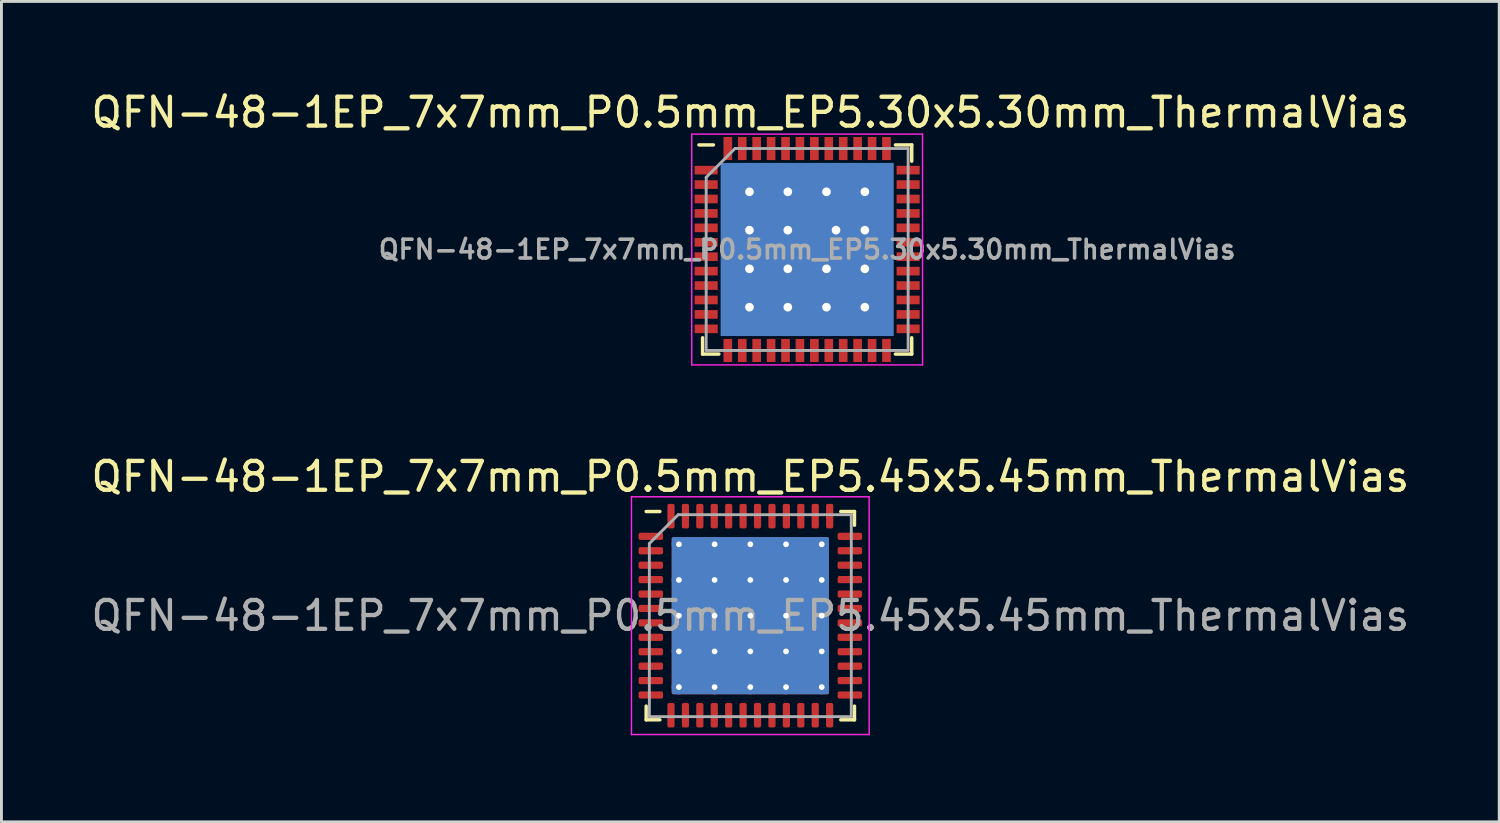
<source format=kicad_pcb>
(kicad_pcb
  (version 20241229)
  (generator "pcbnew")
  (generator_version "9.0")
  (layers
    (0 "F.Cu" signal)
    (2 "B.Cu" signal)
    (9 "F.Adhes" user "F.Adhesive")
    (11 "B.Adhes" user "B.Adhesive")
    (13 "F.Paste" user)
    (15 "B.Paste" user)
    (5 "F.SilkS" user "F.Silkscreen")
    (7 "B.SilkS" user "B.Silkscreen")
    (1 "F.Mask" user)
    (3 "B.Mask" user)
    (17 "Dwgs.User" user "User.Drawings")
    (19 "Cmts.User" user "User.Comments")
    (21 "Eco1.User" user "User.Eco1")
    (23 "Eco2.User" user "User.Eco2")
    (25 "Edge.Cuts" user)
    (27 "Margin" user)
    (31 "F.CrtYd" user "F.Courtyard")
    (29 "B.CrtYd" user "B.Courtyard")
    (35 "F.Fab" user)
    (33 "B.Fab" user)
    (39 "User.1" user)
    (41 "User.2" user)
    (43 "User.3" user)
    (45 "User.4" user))
  (footprint "QFN-48-1EP_7x7mm_P0.5mm_EP5.45x5.45mm_ThermalVias"
    (layer "F.Cu")
    (at 22.958 18.291)
    (property "Reference" "QFN-48-1EP_7x7mm_P0.5mm_EP5.45x5.45mm_ThermalVias" (at 0 -4.82 0) (layer "F.SilkS") (effects (font (size 1 1) (thickness 0.15))))
    (attr smd)
    (fp_line (start -3.61 3.61) (end -3.61 3.135) (stroke (width 0.12) (type solid)) (layer "F.SilkS"))
    (fp_line (start -3.135 -3.61) (end -3.61 -3.61) (stroke (width 0.12) (type solid)) (layer "F.SilkS"))
    (fp_line (start -3.135 3.61) (end -3.61 3.61) (stroke (width 0.12) (type solid)) (layer "F.SilkS"))
    (fp_line (start 3.135 -3.61) (end 3.61 -3.61) (stroke (width 0.12) (type solid)) (layer "F.SilkS"))
    (fp_line (start 3.135 3.61) (end 3.61 3.61) (stroke (width 0.12) (type solid)) (layer "F.SilkS"))
    (fp_line (start 3.61 -3.61) (end 3.61 -3.135) (stroke (width 0.12) (type solid)) (layer "F.SilkS"))
    (fp_line (start 3.61 3.61) (end 3.61 3.135) (stroke (width 0.12) (type solid)) (layer "F.SilkS"))
    (fp_line (start -4.12 -4.12) (end -4.12 4.12) (stroke (width 0.05) (type solid)) (layer "F.CrtYd"))
    (fp_line (start -4.12 4.12) (end 4.12 4.12) (stroke (width 0.05) (type solid)) (layer "F.CrtYd"))
    (fp_line (start 4.12 -4.12) (end -4.12 -4.12) (stroke (width 0.05) (type solid)) (layer "F.CrtYd"))
    (fp_line (start 4.12 4.12) (end 4.12 -4.12) (stroke (width 0.05) (type solid)) (layer "F.CrtYd"))
    (fp_line (start -3.5 -2.5) (end -2.5 -3.5) (stroke (width 0.1) (type solid)) (layer "F.Fab"))
    (fp_line (start -3.5 3.5) (end -3.5 -2.5) (stroke (width 0.1) (type solid)) (layer "F.Fab"))
    (fp_line (start -2.5 -3.5) (end 3.5 -3.5) (stroke (width 0.1) (type solid)) (layer "F.Fab"))
    (fp_line (start 3.5 -3.5) (end 3.5 3.5) (stroke (width 0.1) (type solid)) (layer "F.Fab"))
    (fp_line (start 3.5 3.5) (end -3.5 3.5) (stroke (width 0.1) (type solid)) (layer "F.Fab"))
    (fp_text user "${REFERENCE}" (at 0 0 0) (layer "F.Fab") (effects (font (size 1 1) (thickness 0.15))))
    (pad "" smd roundrect (at -1.856 -1.856) (size 1.098 1.098) (layers "F.Paste") (roundrect_rratio 0.228))
    (pad "" smd roundrect (at -1.856 -0.619) (size 1.098 1.098) (layers "F.Paste") (roundrect_rratio 0.228))
    (pad "" smd roundrect (at -1.856 0.619) (size 1.098 1.098) (layers "F.Paste") (roundrect_rratio 0.228))
    (pad "" smd roundrect (at -1.856 1.856) (size 1.098 1.098) (layers "F.Paste") (roundrect_rratio 0.228))
    (pad "" smd roundrect (at -0.619 -1.856) (size 1.098 1.098) (layers "F.Paste") (roundrect_rratio 0.228))
    (pad "" smd roundrect (at -0.619 -0.619) (size 1.098 1.098) (layers "F.Paste") (roundrect_rratio 0.228))
    (pad "" smd roundrect (at -0.619 0.619) (size 1.098 1.098) (layers "F.Paste") (roundrect_rratio 0.228))
    (pad "" smd roundrect (at -0.619 1.856) (size 1.098 1.098) (layers "F.Paste") (roundrect_rratio 0.228))
    (pad "" smd roundrect (at 0.619 -1.856) (size 1.098 1.098) (layers "F.Paste") (roundrect_rratio 0.228))
    (pad "" smd roundrect (at 0.619 -0.619) (size 1.098 1.098) (layers "F.Paste") (roundrect_rratio 0.228))
    (pad "" smd roundrect (at 0.619 0.619) (size 1.098 1.098) (layers "F.Paste") (roundrect_rratio 0.228))
    (pad "" smd roundrect (at 0.619 1.856) (size 1.098 1.098) (layers "F.Paste") (roundrect_rratio 0.228))
    (pad "" smd roundrect (at 1.856 -1.856) (size 1.098 1.098) (layers "F.Paste") (roundrect_rratio 0.228))
    (pad "" smd roundrect (at 1.856 -0.619) (size 1.098 1.098) (layers "F.Paste") (roundrect_rratio 0.228))
    (pad "" smd roundrect (at 1.856 0.619) (size 1.098 1.098) (layers "F.Paste") (roundrect_rratio 0.228))
    (pad "" smd roundrect (at 1.856 1.856) (size 1.098 1.098) (layers "F.Paste") (roundrect_rratio 0.228))
    (pad "1" smd roundrect (at -3.45 -2.75) (size 0.85 0.25) (layers "F.Cu" "F.Mask" "F.Paste") (roundrect_rratio 0.25))
    (pad "2" smd roundrect (at -3.45 -2.25) (size 0.85 0.25) (layers "F.Cu" "F.Mask" "F.Paste") (roundrect_rratio 0.25))
    (pad "3" smd roundrect (at -3.45 -1.75) (size 0.85 0.25) (layers "F.Cu" "F.Mask" "F.Paste") (roundrect_rratio 0.25))
    (pad "4" smd roundrect (at -3.45 -1.25) (size 0.85 0.25) (layers "F.Cu" "F.Mask" "F.Paste") (roundrect_rratio 0.25))
    (pad "5" smd roundrect (at -3.45 -0.75) (size 0.85 0.25) (layers "F.Cu" "F.Mask" "F.Paste") (roundrect_rratio 0.25))
    (pad "6" smd roundrect (at -3.45 -0.25) (size 0.85 0.25) (layers "F.Cu" "F.Mask" "F.Paste") (roundrect_rratio 0.25))
    (pad "7" smd roundrect (at -3.45 0.25) (size 0.85 0.25) (layers "F.Cu" "F.Mask" "F.Paste") (roundrect_rratio 0.25))
    (pad "8" smd roundrect (at -3.45 0.75) (size 0.85 0.25) (layers "F.Cu" "F.Mask" "F.Paste") (roundrect_rratio 0.25))
    (pad "9" smd roundrect (at -3.45 1.25) (size 0.85 0.25) (layers "F.Cu" "F.Mask" "F.Paste") (roundrect_rratio 0.25))
    (pad "10" smd roundrect (at -3.45 1.75) (size 0.85 0.25) (layers "F.Cu" "F.Mask" "F.Paste") (roundrect_rratio 0.25))
    (pad "11" smd roundrect (at -3.45 2.25) (size 0.85 0.25) (layers "F.Cu" "F.Mask" "F.Paste") (roundrect_rratio 0.25))
    (pad "12" smd roundrect (at -3.45 2.75) (size 0.85 0.25) (layers "F.Cu" "F.Mask" "F.Paste") (roundrect_rratio 0.25))
    (pad "13" smd roundrect (at -2.75 3.45) (size 0.25 0.85) (layers "F.Cu" "F.Mask" "F.Paste") (roundrect_rratio 0.25))
    (pad "14" smd roundrect (at -2.25 3.45) (size 0.25 0.85) (layers "F.Cu" "F.Mask" "F.Paste") (roundrect_rratio 0.25))
    (pad "15" smd roundrect (at -1.75 3.45) (size 0.25 0.85) (layers "F.Cu" "F.Mask" "F.Paste") (roundrect_rratio 0.25))
    (pad "16" smd roundrect (at -1.25 3.45) (size 0.25 0.85) (layers "F.Cu" "F.Mask" "F.Paste") (roundrect_rratio 0.25))
    (pad "17" smd roundrect (at -0.75 3.45) (size 0.25 0.85) (layers "F.Cu" "F.Mask" "F.Paste") (roundrect_rratio 0.25))
    (pad "18" smd roundrect (at -0.25 3.45) (size 0.25 0.85) (layers "F.Cu" "F.Mask" "F.Paste") (roundrect_rratio 0.25))
    (pad "19" smd roundrect (at 0.25 3.45) (size 0.25 0.85) (layers "F.Cu" "F.Mask" "F.Paste") (roundrect_rratio 0.25))
    (pad "20" smd roundrect (at 0.75 3.45) (size 0.25 0.85) (layers "F.Cu" "F.Mask" "F.Paste") (roundrect_rratio 0.25))
    (pad "21" smd roundrect (at 1.25 3.45) (size 0.25 0.85) (layers "F.Cu" "F.Mask" "F.Paste") (roundrect_rratio 0.25))
    (pad "22" smd roundrect (at 1.75 3.45) (size 0.25 0.85) (layers "F.Cu" "F.Mask" "F.Paste") (roundrect_rratio 0.25))
    (pad "23" smd roundrect (at 2.25 3.45) (size 0.25 0.85) (layers "F.Cu" "F.Mask" "F.Paste") (roundrect_rratio 0.25))
    (pad "24" smd roundrect (at 2.75 3.45) (size 0.25 0.85) (layers "F.Cu" "F.Mask" "F.Paste") (roundrect_rratio 0.25))
    (pad "25" smd roundrect (at 3.45 2.75) (size 0.85 0.25) (layers "F.Cu" "F.Mask" "F.Paste") (roundrect_rratio 0.25))
    (pad "26" smd roundrect (at 3.45 2.25) (size 0.85 0.25) (layers "F.Cu" "F.Mask" "F.Paste") (roundrect_rratio 0.25))
    (pad "27" smd roundrect (at 3.45 1.75) (size 0.85 0.25) (layers "F.Cu" "F.Mask" "F.Paste") (roundrect_rratio 0.25))
    (pad "28" smd roundrect (at 3.45 1.25) (size 0.85 0.25) (layers "F.Cu" "F.Mask" "F.Paste") (roundrect_rratio 0.25))
    (pad "29" smd roundrect (at 3.45 0.75) (size 0.85 0.25) (layers "F.Cu" "F.Mask" "F.Paste") (roundrect_rratio 0.25))
    (pad "30" smd roundrect (at 3.45 0.25) (size 0.85 0.25) (layers "F.Cu" "F.Mask" "F.Paste") (roundrect_rratio 0.25))
    (pad "31" smd roundrect (at 3.45 -0.25) (size 0.85 0.25) (layers "F.Cu" "F.Mask" "F.Paste") (roundrect_rratio 0.25))
    (pad "32" smd roundrect (at 3.45 -0.75) (size 0.85 0.25) (layers "F.Cu" "F.Mask" "F.Paste") (roundrect_rratio 0.25))
    (pad "33" smd roundrect (at 3.45 -1.25) (size 0.85 0.25) (layers "F.Cu" "F.Mask" "F.Paste") (roundrect_rratio 0.25))
    (pad "34" smd roundrect (at 3.45 -1.75) (size 0.85 0.25) (layers "F.Cu" "F.Mask" "F.Paste") (roundrect_rratio 0.25))
    (pad "35" smd roundrect (at 3.45 -2.25) (size 0.85 0.25) (layers "F.Cu" "F.Mask" "F.Paste") (roundrect_rratio 0.25))
    (pad "36" smd roundrect (at 3.45 -2.75) (size 0.85 0.25) (layers "F.Cu" "F.Mask" "F.Paste") (roundrect_rratio 0.25))
    (pad "37" smd roundrect (at 2.75 -3.45) (size 0.25 0.85) (layers "F.Cu" "F.Mask" "F.Paste") (roundrect_rratio 0.25))
    (pad "38" smd roundrect (at 2.25 -3.45) (size 0.25 0.85) (layers "F.Cu" "F.Mask" "F.Paste") (roundrect_rratio 0.25))
    (pad "39" smd roundrect (at 1.75 -3.45) (size 0.25 0.85) (layers "F.Cu" "F.Mask" "F.Paste") (roundrect_rratio 0.25))
    (pad "40" smd roundrect (at 1.25 -3.45) (size 0.25 0.85) (layers "F.Cu" "F.Mask" "F.Paste") (roundrect_rratio 0.25))
    (pad "41" smd roundrect (at 0.75 -3.45) (size 0.25 0.85) (layers "F.Cu" "F.Mask" "F.Paste") (roundrect_rratio 0.25))
    (pad "42" smd roundrect (at 0.25 -3.45) (size 0.25 0.85) (layers "F.Cu" "F.Mask" "F.Paste") (roundrect_rratio 0.25))
    (pad "43" smd roundrect (at -0.25 -3.45) (size 0.25 0.85) (layers "F.Cu" "F.Mask" "F.Paste") (roundrect_rratio 0.25))
    (pad "44" smd roundrect (at -0.75 -3.45) (size 0.25 0.85) (layers "F.Cu" "F.Mask" "F.Paste") (roundrect_rratio 0.25))
    (pad "45" smd roundrect (at -1.25 -3.45) (size 0.25 0.85) (layers "F.Cu" "F.Mask" "F.Paste") (roundrect_rratio 0.25))
    (pad "46" smd roundrect (at -1.75 -3.45) (size 0.25 0.85) (layers "F.Cu" "F.Mask" "F.Paste") (roundrect_rratio 0.25))
    (pad "47" smd roundrect (at -2.25 -3.45) (size 0.25 0.85) (layers "F.Cu" "F.Mask" "F.Paste") (roundrect_rratio 0.25))
    (pad "48" smd roundrect (at -2.75 -3.45) (size 0.25 0.85) (layers "F.Cu" "F.Mask" "F.Paste") (roundrect_rratio 0.25))
    (pad "49" thru_hole circle (at -2.475 -2.475) (size 0.5 0.5) (drill 0.2) (layers "*.Cu"))
    (pad "49" thru_hole circle (at -2.475 -1.238) (size 0.5 0.5) (drill 0.2) (layers "*.Cu"))
    (pad "49" thru_hole circle (at -2.475 0) (size 0.5 0.5) (drill 0.2) (layers "*.Cu"))
    (pad "49" thru_hole circle (at -2.475 1.238) (size 0.5 0.5) (drill 0.2) (layers "*.Cu"))
    (pad "49" thru_hole circle (at -2.475 2.475) (size 0.5 0.5) (drill 0.2) (layers "*.Cu"))
    (pad "49" thru_hole circle (at -1.238 -2.475) (size 0.5 0.5) (drill 0.2) (layers "*.Cu"))
    (pad "49" thru_hole circle (at -1.238 -1.238) (size 0.5 0.5) (drill 0.2) (layers "*.Cu"))
    (pad "49" thru_hole circle (at -1.238 0) (size 0.5 0.5) (drill 0.2) (layers "*.Cu"))
    (pad "49" thru_hole circle (at -1.238 1.238) (size 0.5 0.5) (drill 0.2) (layers "*.Cu"))
    (pad "49" thru_hole circle (at -1.238 2.475) (size 0.5 0.5) (drill 0.2) (layers "*.Cu"))
    (pad "49" thru_hole circle (at 0 -2.475) (size 0.5 0.5) (drill 0.2) (layers "*.Cu"))
    (pad "49" thru_hole circle (at 0 -1.238) (size 0.5 0.5) (drill 0.2) (layers "*.Cu"))
    (pad "49" thru_hole circle (at 0 0) (size 0.5 0.5) (drill 0.2) (layers "*.Cu"))
    (pad "49" smd roundrect (at 0 0) (size 5.45 5.45) (layers "F.Cu" "F.Mask") (roundrect_rratio 0.011))
    (pad "49" smd roundrect (at 0 0) (size 5.45 5.45) (layers "B.Cu") (roundrect_rratio 0.011))
    (pad "49" thru_hole circle (at 0 1.238) (size 0.5 0.5) (drill 0.2) (layers "*.Cu"))
    (pad "49" thru_hole circle (at 0 2.475) (size 0.5 0.5) (drill 0.2) (layers "*.Cu"))
    (pad "49" thru_hole circle (at 1.238 -2.475) (size 0.5 0.5) (drill 0.2) (layers "*.Cu"))
    (pad "49" thru_hole circle (at 1.238 -1.238) (size 0.5 0.5) (drill 0.2) (layers "*.Cu"))
    (pad "49" thru_hole circle (at 1.238 0) (size 0.5 0.5) (drill 0.2) (layers "*.Cu"))
    (pad "49" thru_hole circle (at 1.238 1.238) (size 0.5 0.5) (drill 0.2) (layers "*.Cu"))
    (pad "49" thru_hole circle (at 1.238 2.475) (size 0.5 0.5) (drill 0.2) (layers "*.Cu"))
    (pad "49" thru_hole circle (at 2.475 -2.475) (size 0.5 0.5) (drill 0.2) (layers "*.Cu"))
    (pad "49" thru_hole circle (at 2.475 -1.238) (size 0.5 0.5) (drill 0.2) (layers "*.Cu"))
    (pad "49" thru_hole circle (at 2.475 0) (size 0.5 0.5) (drill 0.2) (layers "*.Cu"))
    (pad "49" thru_hole circle (at 2.475 1.238) (size 0.5 0.5) (drill 0.2) (layers "*.Cu"))
    (pad "49" thru_hole circle (at 2.475 2.475) (size 0.5 0.5) (drill 0.2) (layers "*.Cu")))
  (footprint "QFN-48-1EP_7x7mm_P0.5mm_EP5.30x5.30mm_ThermalVias"
    (layer "F.Cu")
    (at 24.928 5.598)
    (property "Reference" "QFN-48-1EP_7x7mm_P0.5mm_EP5.30x5.30mm_ThermalVias" (at -1.97 -4.75 0) (layer "F.SilkS") (effects (font (size 1 1) (thickness 0.15))))
    (attr smd)
    (fp_line (start -3.75 -3.625) (end -3.25 -3.625) (stroke (width 0.12) (type solid)) (layer "F.SilkS"))
    (fp_line (start -3.625 3.625) (end -3.625 3.06) (stroke (width 0.12) (type solid)) (layer "F.SilkS"))
    (fp_line (start -3.06 3.625) (end -3.625 3.625) (stroke (width 0.12) (type solid)) (layer "F.SilkS"))
    (fp_line (start 3.06 -3.625) (end 3.625 -3.625) (stroke (width 0.12) (type solid)) (layer "F.SilkS"))
    (fp_line (start 3.06 3.625) (end 3.625 3.625) (stroke (width 0.12) (type solid)) (layer "F.SilkS"))
    (fp_line (start 3.625 -3.625) (end 3.625 -3.06) (stroke (width 0.12) (type solid)) (layer "F.SilkS"))
    (fp_line (start 3.625 3.625) (end 3.625 3.06) (stroke (width 0.12) (type solid)) (layer "F.SilkS"))
    (fp_line (start -4 -4) (end -4 4) (stroke (width 0.05) (type solid)) (layer "F.CrtYd"))
    (fp_line (start -4 4) (end 4 4) (stroke (width 0.05) (type solid)) (layer "F.CrtYd"))
    (fp_line (start 4 -4) (end -4 -4) (stroke (width 0.05) (type solid)) (layer "F.CrtYd"))
    (fp_line (start 4 4) (end 4 -4) (stroke (width 0.05) (type solid)) (layer "F.CrtYd"))
    (fp_line (start -3.5 -2.5) (end -2.5 -3.5) (stroke (width 0.1) (type solid)) (layer "F.Fab"))
    (fp_line (start -3.5 3.5) (end -3.5 -2.5) (stroke (width 0.1) (type solid)) (layer "F.Fab"))
    (fp_line (start -2.5 -3.5) (end 3.5 -3.5) (stroke (width 0.1) (type solid)) (layer "F.Fab"))
    (fp_line (start 3.5 -3.5) (end 3.5 3.5) (stroke (width 0.1) (type solid)) (layer "F.Fab"))
    (fp_line (start 3.5 3.5) (end -3.5 3.5) (stroke (width 0.1) (type solid)) (layer "F.Fab"))
    (fp_text user "${REFERENCE}" (at 0 0 0) (layer "F.Fab") (effects (font (size 0.65 0.65) (thickness 0.125))))
    (pad "" smd rect (at -1.75 -1.75) (size 1.25 1.25) (layers "F.Paste"))
    (pad "" smd rect (at -1.75 0) (size 1.25 1.25) (layers "F.Paste"))
    (pad "" smd rect (at -1.75 1.75) (size 1.25 1.25) (layers "F.Paste"))
    (pad "" smd rect (at 0 -1.75) (size 1.25 1.25) (layers "F.Paste"))
    (pad "" smd rect (at 0 0) (size 1.25 1.25) (layers "F.Paste"))
    (pad "" smd rect (at 0 1.75) (size 1.25 1.25) (layers "F.Paste"))
    (pad "" smd rect (at 1.75 -1.75) (size 1.25 1.25) (layers "F.Paste"))
    (pad "" smd rect (at 1.75 0) (size 1.25 1.25) (layers "F.Paste"))
    (pad "" smd rect (at 1.75 1.75) (size 1.25 1.25) (layers "F.Paste"))
    (pad "1" smd rect (at -3.5 -2.75) (size 0.8 0.3) (layers "F.Cu" "F.Mask" "F.Paste"))
    (pad "2" smd rect (at -3.5 -2.25) (size 0.8 0.3) (layers "F.Cu" "F.Mask" "F.Paste"))
    (pad "3" smd rect (at -3.5 -1.75) (size 0.8 0.3) (layers "F.Cu" "F.Mask" "F.Paste"))
    (pad "4" smd rect (at -3.5 -1.25) (size 0.8 0.3) (layers "F.Cu" "F.Mask" "F.Paste"))
    (pad "5" smd rect (at -3.5 -0.75) (size 0.8 0.3) (layers "F.Cu" "F.Mask" "F.Paste"))
    (pad "6" smd rect (at -3.5 -0.25) (size 0.8 0.3) (layers "F.Cu" "F.Mask" "F.Paste"))
    (pad "7" smd rect (at -3.5 0.25) (size 0.8 0.3) (layers "F.Cu" "F.Mask" "F.Paste"))
    (pad "8" smd rect (at -3.5 0.75) (size 0.8 0.3) (layers "F.Cu" "F.Mask" "F.Paste"))
    (pad "9" smd rect (at -3.5 1.25) (size 0.8 0.3) (layers "F.Cu" "F.Mask" "F.Paste"))
    (pad "10" smd rect (at -3.5 1.75) (size 0.8 0.3) (layers "F.Cu" "F.Mask" "F.Paste"))
    (pad "11" smd rect (at -3.5 2.25) (size 0.8 0.3) (layers "F.Cu" "F.Mask" "F.Paste"))
    (pad "12" smd rect (at -3.5 2.75) (size 0.8 0.3) (layers "F.Cu" "F.Mask" "F.Paste"))
    (pad "13" smd rect (at -2.75 3.5 90) (size 0.8 0.3) (layers "F.Cu" "F.Mask" "F.Paste"))
    (pad "14" smd rect (at -2.25 3.5 90) (size 0.8 0.3) (layers "F.Cu" "F.Mask" "F.Paste"))
    (pad "15" smd rect (at -1.75 3.5 90) (size 0.8 0.3) (layers "F.Cu" "F.Mask" "F.Paste"))
    (pad "16" smd rect (at -1.25 3.5 90) (size 0.8 0.3) (layers "F.Cu" "F.Mask" "F.Paste"))
    (pad "17" smd rect (at -0.75 3.5 90) (size 0.8 0.3) (layers "F.Cu" "F.Mask" "F.Paste"))
    (pad "18" smd rect (at -0.25 3.5 90) (size 0.8 0.3) (layers "F.Cu" "F.Mask" "F.Paste"))
    (pad "19" smd rect (at 0.25 3.5 90) (size 0.8 0.3) (layers "F.Cu" "F.Mask" "F.Paste"))
    (pad "20" smd rect (at 0.75 3.5 90) (size 0.8 0.3) (layers "F.Cu" "F.Mask" "F.Paste"))
    (pad "21" smd rect (at 1.25 3.5 90) (size 0.8 0.3) (layers "F.Cu" "F.Mask" "F.Paste"))
    (pad "22" smd rect (at 1.75 3.5 90) (size 0.8 0.3) (layers "F.Cu" "F.Mask" "F.Paste"))
    (pad "23" smd rect (at 2.25 3.5 90) (size 0.8 0.3) (layers "F.Cu" "F.Mask" "F.Paste"))
    (pad "24" smd rect (at 2.75 3.5 90) (size 0.8 0.3) (layers "F.Cu" "F.Mask" "F.Paste"))
    (pad "25" smd rect (at 3.5 2.75) (size 0.8 0.3) (layers "F.Cu" "F.Mask" "F.Paste"))
    (pad "26" smd rect (at 3.5 2.25) (size 0.8 0.3) (layers "F.Cu" "F.Mask" "F.Paste"))
    (pad "27" smd rect (at 3.5 1.75) (size 0.8 0.3) (layers "F.Cu" "F.Mask" "F.Paste"))
    (pad "28" smd rect (at 3.5 1.25) (size 0.8 0.3) (layers "F.Cu" "F.Mask" "F.Paste"))
    (pad "29" smd rect (at 3.5 0.75) (size 0.8 0.3) (layers "F.Cu" "F.Mask" "F.Paste"))
    (pad "30" smd rect (at 3.5 0.25) (size 0.8 0.3) (layers "F.Cu" "F.Mask" "F.Paste"))
    (pad "31" smd rect (at 3.5 -0.25) (size 0.8 0.3) (layers "F.Cu" "F.Mask" "F.Paste"))
    (pad "32" smd rect (at 3.5 -0.75) (size 0.8 0.3) (layers "F.Cu" "F.Mask" "F.Paste"))
    (pad "33" smd rect (at 3.5 -1.25) (size 0.8 0.3) (layers "F.Cu" "F.Mask" "F.Paste"))
    (pad "34" smd rect (at 3.5 -1.75) (size 0.8 0.3) (layers "F.Cu" "F.Mask" "F.Paste"))
    (pad "35" smd rect (at 3.5 -2.25) (size 0.8 0.3) (layers "F.Cu" "F.Mask" "F.Paste"))
    (pad "36" smd rect (at 3.5 -2.75) (size 0.8 0.3) (layers "F.Cu" "F.Mask" "F.Paste"))
    (pad "37" smd rect (at 2.75 -3.5 90) (size 0.8 0.3) (layers "F.Cu" "F.Mask" "F.Paste"))
    (pad "38" smd rect (at 2.25 -3.5 90) (size 0.8 0.3) (layers "F.Cu" "F.Mask" "F.Paste"))
    (pad "39" smd rect (at 1.75 -3.5 90) (size 0.8 0.3) (layers "F.Cu" "F.Mask" "F.Paste"))
    (pad "40" smd rect (at 1.25 -3.5 90) (size 0.8 0.3) (layers "F.Cu" "F.Mask" "F.Paste"))
    (pad "41" smd rect (at 0.75 -3.5 90) (size 0.8 0.3) (layers "F.Cu" "F.Mask" "F.Paste"))
    (pad "42" smd rect (at 0.25 -3.5 90) (size 0.8 0.3) (layers "F.Cu" "F.Mask" "F.Paste"))
    (pad "43" smd rect (at -0.25 -3.5 90) (size 0.8 0.3) (layers "F.Cu" "F.Mask" "F.Paste"))
    (pad "44" smd rect (at -0.75 -3.5 90) (size 0.8 0.3) (layers "F.Cu" "F.Mask" "F.Paste"))
    (pad "45" smd rect (at -1.25 -3.5 90) (size 0.8 0.3) (layers "F.Cu" "F.Mask" "F.Paste"))
    (pad "46" smd rect (at -1.75 -3.5 90) (size 0.8 0.3) (layers "F.Cu" "F.Mask" "F.Paste"))
    (pad "47" smd rect (at -2.25 -3.5 90) (size 0.8 0.3) (layers "F.Cu" "F.Mask" "F.Paste"))
    (pad "48" smd rect (at -2.75 -3.5 90) (size 0.8 0.3) (layers "F.Cu" "F.Mask" "F.Paste"))
    (pad "49" thru_hole circle (at -2 -2) (size 0.6 0.6) (drill 0.3) (layers "*.Cu"))
    (pad "49" thru_hole circle (at -2 -0.67) (size 0.6 0.6) (drill 0.3) (layers "*.Cu"))
    (pad "49" thru_hole circle (at -2 0.67) (size 0.6 0.6) (drill 0.3) (layers "*.Cu"))
    (pad "49" thru_hole circle (at -2 2) (size 0.6 0.6) (drill 0.3) (layers "*.Cu"))
    (pad "49" thru_hole circle (at -0.67 -2) (size 0.6 0.6) (drill 0.3) (layers "*.Cu"))
    (pad "49" thru_hole circle (at -0.67 -0.67) (size 0.6 0.6) (drill 0.3) (layers "*.Cu"))
    (pad "49" thru_hole circle (at -0.67 0.67) (size 0.6 0.6) (drill 0.3) (layers "*.Cu"))
    (pad "49" thru_hole circle (at -0.67 2) (size 0.6 0.6) (drill 0.3) (layers "*.Cu"))
    (pad "49" smd rect (at 0 0) (size 5.3 5.3) (layers "F.Cu" "F.Mask"))
    (pad "49" smd rect (at 0 0) (size 6 6) (layers "B.Cu"))
    (pad "49" thru_hole circle (at 0.67 -2) (size 0.6 0.6) (drill 0.3) (layers "*.Cu"))
    (pad "49" thru_hole circle (at 0.67 0.67) (size 0.6 0.6) (drill 0.3) (layers "*.Cu"))
    (pad "49" thru_hole circle (at 0.67 2) (size 0.6 0.6) (drill 0.3) (layers "*.Cu"))
    (pad "49" thru_hole circle (at 1 -0.67) (size 0.6 0.6) (drill 0.3) (layers "*.Cu"))
    (pad "49" thru_hole circle (at 2 -2) (size 0.6 0.6) (drill 0.3) (layers "*.Cu"))
    (pad "49" thru_hole circle (at 2 -0.67) (size 0.6 0.6) (drill 0.3) (layers "*.Cu"))
    (pad "49" thru_hole circle (at 2 0.67) (size 0.6 0.6) (drill 0.3) (layers "*.Cu"))
    (pad "49" thru_hole circle (at 2 2) (size 0.6 0.6) (drill 0.3) (layers "*.Cu")))
  (gr_rect
    (start -3 -3)
    (end 48.917 25.436)
    (stroke (width 0.1) (type default))
    (fill no)
    (layer "Edge.Cuts")))
</source>
